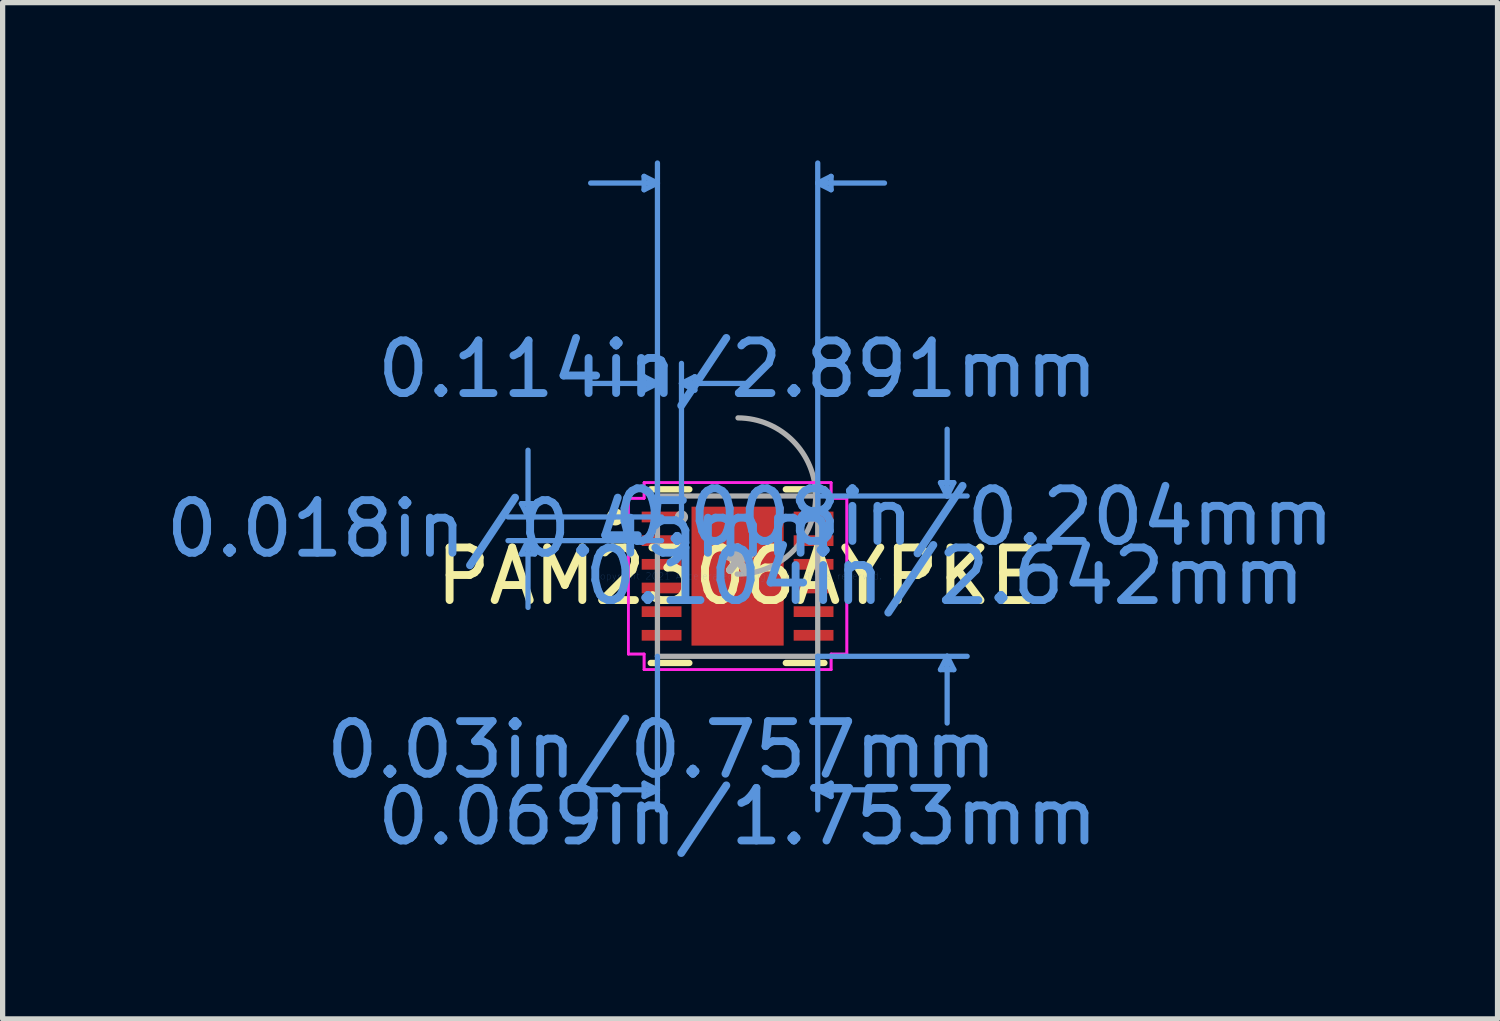
<source format=kicad_pcb>
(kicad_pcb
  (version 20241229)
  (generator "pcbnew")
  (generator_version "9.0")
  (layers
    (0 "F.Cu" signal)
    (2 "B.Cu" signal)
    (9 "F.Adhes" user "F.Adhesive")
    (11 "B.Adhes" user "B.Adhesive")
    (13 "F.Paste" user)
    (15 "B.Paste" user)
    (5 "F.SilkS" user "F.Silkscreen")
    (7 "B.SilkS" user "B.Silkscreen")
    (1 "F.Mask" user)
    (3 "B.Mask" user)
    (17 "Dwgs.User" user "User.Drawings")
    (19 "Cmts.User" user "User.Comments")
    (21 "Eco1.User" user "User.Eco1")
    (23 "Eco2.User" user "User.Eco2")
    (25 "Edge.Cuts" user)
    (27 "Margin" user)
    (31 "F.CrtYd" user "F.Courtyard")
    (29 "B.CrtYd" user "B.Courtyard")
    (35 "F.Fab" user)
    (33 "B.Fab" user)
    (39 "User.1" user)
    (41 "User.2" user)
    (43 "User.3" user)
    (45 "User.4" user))
  (footprint "PAM2306AYPKE"
    (layer "F.Cu")
    (at 10.976 7.906)
    (property "Reference" "PAM2306AYPKE" (at 0 0 0) (layer "F.SilkS") (effects (font (size 1 1) (thickness 0.15))))
    (attr through_hole)
    (fp_line (start -1.651 1.651) (end -0.917 1.651) (stroke (width 0.12) (type solid)) (layer "F.SilkS"))
    (fp_line (start -0.917 -1.651) (end -1.651 -1.651) (stroke (width 0.12) (type solid)) (layer "F.SilkS"))
    (fp_line (start 0.917 1.651) (end 1.651 1.651) (stroke (width 0.12) (type solid)) (layer "F.SilkS"))
    (fp_line (start 1.651 -1.651) (end 0.917 -1.651) (stroke (width 0.12) (type solid)) (layer "F.SilkS"))
    (fp_circle (center -2.325 -1.125) (end -2.223 -1.125) (stroke (width 0.12) (type solid)) (fill no) (layer "F.SilkS"))
    (fp_poly (pts (xy -0.776 -1.221) (xy -0.776 -0.1) (xy 0.776 -0.1) (xy 0.776 -1.221)) (stroke (width 0.1) (type solid)) (fill yes) (layer "F.Paste"))
    (fp_poly (pts (xy -0.776 0.1) (xy -0.776 1.221) (xy 0.776 1.221) (xy 0.776 0.1)) (stroke (width 0.1) (type solid)) (fill yes) (layer "F.Paste"))
    (fp_line (start -4.112 -1.379) (end -3.858 -1.379) (stroke (width 0.1) (type solid)) (layer "Cmts.User"))
    (fp_line (start -4.112 -0.421) (end -3.858 -0.421) (stroke (width 0.1) (type solid)) (layer "Cmts.User"))
    (fp_line (start -3.985 -1.125) (end -4.112 -1.379) (stroke (width 0.1) (type solid)) (layer "Cmts.User"))
    (fp_line (start -3.985 -1.125) (end -3.985 -2.395) (stroke (width 0.1) (type solid)) (layer "Cmts.User"))
    (fp_line (start -3.985 -1.125) (end -3.858 -1.379) (stroke (width 0.1) (type solid)) (layer "Cmts.User"))
    (fp_line (start -3.985 -0.675) (end -4.112 -0.421) (stroke (width 0.1) (type solid)) (layer "Cmts.User"))
    (fp_line (start -3.985 -0.675) (end -3.985 0.595) (stroke (width 0.1) (type solid)) (layer "Cmts.User"))
    (fp_line (start -3.985 -0.675) (end -3.858 -0.421) (stroke (width 0.1) (type solid)) (layer "Cmts.User"))
    (fp_line (start -1.778 -7.602) (end -1.778 -7.348) (stroke (width 0.1) (type solid)) (layer "Cmts.User"))
    (fp_line (start -1.778 -3.792) (end -1.778 -3.538) (stroke (width 0.1) (type solid)) (layer "Cmts.User"))
    (fp_line (start -1.778 3.937) (end -1.778 4.191) (stroke (width 0.1) (type solid)) (layer "Cmts.User"))
    (fp_line (start -1.524 -7.475) (end -2.794 -7.475) (stroke (width 0.1) (type solid)) (layer "Cmts.User"))
    (fp_line (start -1.524 -7.475) (end -1.778 -7.602) (stroke (width 0.1) (type solid)) (layer "Cmts.User"))
    (fp_line (start -1.524 -7.475) (end -1.778 -7.348) (stroke (width 0.1) (type solid)) (layer "Cmts.User"))
    (fp_line (start -1.524 -3.665) (end -2.794 -3.665) (stroke (width 0.1) (type solid)) (layer "Cmts.User"))
    (fp_line (start -1.524 -3.665) (end -1.778 -3.792) (stroke (width 0.1) (type solid)) (layer "Cmts.User"))
    (fp_line (start -1.524 -3.665) (end -1.778 -3.538) (stroke (width 0.1) (type solid)) (layer "Cmts.User"))
    (fp_line (start -1.524 -1.125) (end -1.524 -7.856) (stroke (width 0.1) (type solid)) (layer "Cmts.User"))
    (fp_line (start -1.524 -1.125) (end -1.524 -4.046) (stroke (width 0.1) (type solid)) (layer "Cmts.User"))
    (fp_line (start -1.524 1.524) (end -1.524 4.445) (stroke (width 0.1) (type solid)) (layer "Cmts.User"))
    (fp_line (start -1.524 4.064) (end -2.794 4.064) (stroke (width 0.1) (type solid)) (layer "Cmts.User"))
    (fp_line (start -1.524 4.064) (end -1.778 3.937) (stroke (width 0.1) (type solid)) (layer "Cmts.User"))
    (fp_line (start -1.524 4.064) (end -1.778 4.191) (stroke (width 0.1) (type solid)) (layer "Cmts.User"))
    (fp_line (start -1.445 -1.125) (end -4.366 -1.125) (stroke (width 0.1) (type solid)) (layer "Cmts.User"))
    (fp_line (start -1.445 -0.675) (end -4.366 -0.675) (stroke (width 0.1) (type solid)) (layer "Cmts.User"))
    (fp_line (start -1.067 -3.665) (end -0.813 -3.792) (stroke (width 0.1) (type solid)) (layer "Cmts.User"))
    (fp_line (start -1.067 -3.665) (end -0.813 -3.538) (stroke (width 0.1) (type solid)) (layer "Cmts.User"))
    (fp_line (start -1.067 -3.665) (end 0.203 -3.665) (stroke (width 0.1) (type solid)) (layer "Cmts.User"))
    (fp_line (start -1.067 -1.125) (end -1.067 -4.046) (stroke (width 0.1) (type solid)) (layer "Cmts.User"))
    (fp_line (start -0.813 -3.792) (end -0.813 -3.538) (stroke (width 0.1) (type solid)) (layer "Cmts.User"))
    (fp_line (start 1.524 -7.475) (end 1.778 -7.602) (stroke (width 0.1) (type solid)) (layer "Cmts.User"))
    (fp_line (start 1.524 -7.475) (end 1.778 -7.348) (stroke (width 0.1) (type solid)) (layer "Cmts.User"))
    (fp_line (start 1.524 -7.475) (end 2.794 -7.475) (stroke (width 0.1) (type solid)) (layer "Cmts.User"))
    (fp_line (start 1.524 -1.524) (end 4.366 -1.524) (stroke (width 0.1) (type solid)) (layer "Cmts.User"))
    (fp_line (start 1.524 -1.125) (end 1.524 -7.856) (stroke (width 0.1) (type solid)) (layer "Cmts.User"))
    (fp_line (start 1.524 1.524) (end 1.524 4.445) (stroke (width 0.1) (type solid)) (layer "Cmts.User"))
    (fp_line (start 1.524 1.524) (end 4.366 1.524) (stroke (width 0.1) (type solid)) (layer "Cmts.User"))
    (fp_line (start 1.524 4.064) (end 1.778 3.937) (stroke (width 0.1) (type solid)) (layer "Cmts.User"))
    (fp_line (start 1.524 4.064) (end 1.778 4.191) (stroke (width 0.1) (type solid)) (layer "Cmts.User"))
    (fp_line (start 1.524 4.064) (end 2.794 4.064) (stroke (width 0.1) (type solid)) (layer "Cmts.User"))
    (fp_line (start 1.778 -7.602) (end 1.778 -7.348) (stroke (width 0.1) (type solid)) (layer "Cmts.User"))
    (fp_line (start 1.778 3.937) (end 1.778 4.191) (stroke (width 0.1) (type solid)) (layer "Cmts.User"))
    (fp_line (start 3.858 -1.778) (end 4.112 -1.778) (stroke (width 0.1) (type solid)) (layer "Cmts.User"))
    (fp_line (start 3.858 1.778) (end 4.112 1.778) (stroke (width 0.1) (type solid)) (layer "Cmts.User"))
    (fp_line (start 3.985 -1.524) (end 3.858 -1.778) (stroke (width 0.1) (type solid)) (layer "Cmts.User"))
    (fp_line (start 3.985 -1.524) (end 3.985 -2.794) (stroke (width 0.1) (type solid)) (layer "Cmts.User"))
    (fp_line (start 3.985 -1.524) (end 4.112 -1.778) (stroke (width 0.1) (type solid)) (layer "Cmts.User"))
    (fp_line (start 3.985 1.524) (end 3.858 1.778) (stroke (width 0.1) (type solid)) (layer "Cmts.User"))
    (fp_line (start 3.985 1.524) (end 3.985 2.794) (stroke (width 0.1) (type solid)) (layer "Cmts.User"))
    (fp_line (start 3.985 1.524) (end 4.112 1.778) (stroke (width 0.1) (type solid)) (layer "Cmts.User"))
    (fp_line (start -2.078 -1.481) (end -1.778 -1.481) (stroke (width 0.05) (type solid)) (layer "F.CrtYd"))
    (fp_line (start -2.078 -1.481) (end -1.778 -1.481) (stroke (width 0.05) (type solid)) (layer "F.CrtYd"))
    (fp_line (start -2.078 1.481) (end -2.078 -1.481) (stroke (width 0.05) (type solid)) (layer "F.CrtYd"))
    (fp_line (start -2.078 1.481) (end -2.078 -1.481) (stroke (width 0.05) (type solid)) (layer "F.CrtYd"))
    (fp_line (start -2.078 1.481) (end -1.778 1.481) (stroke (width 0.05) (type solid)) (layer "F.CrtYd"))
    (fp_line (start -1.778 -1.778) (end 1.778 -1.778) (stroke (width 0.05) (type solid)) (layer "F.CrtYd"))
    (fp_line (start -1.778 -1.778) (end 1.778 -1.778) (stroke (width 0.05) (type solid)) (layer "F.CrtYd"))
    (fp_line (start -1.778 -1.481) (end -1.778 -1.778) (stroke (width 0.05) (type solid)) (layer "F.CrtYd"))
    (fp_line (start -1.778 -1.481) (end -1.778 -1.778) (stroke (width 0.05) (type solid)) (layer "F.CrtYd"))
    (fp_line (start -1.778 1.481) (end -2.078 1.481) (stroke (width 0.05) (type solid)) (layer "F.CrtYd"))
    (fp_line (start -1.778 1.778) (end -1.778 1.481) (stroke (width 0.05) (type solid)) (layer "F.CrtYd"))
    (fp_line (start -1.778 1.778) (end -1.778 1.481) (stroke (width 0.05) (type solid)) (layer "F.CrtYd"))
    (fp_line (start 1.778 -1.778) (end 1.778 -1.481) (stroke (width 0.05) (type solid)) (layer "F.CrtYd"))
    (fp_line (start 1.778 -1.778) (end 1.778 -1.481) (stroke (width 0.05) (type solid)) (layer "F.CrtYd"))
    (fp_line (start 1.778 -1.481) (end 2.078 -1.481) (stroke (width 0.05) (type solid)) (layer "F.CrtYd"))
    (fp_line (start 1.778 1.481) (end 1.778 1.778) (stroke (width 0.05) (type solid)) (layer "F.CrtYd"))
    (fp_line (start 1.778 1.481) (end 1.778 1.778) (stroke (width 0.05) (type solid)) (layer "F.CrtYd"))
    (fp_line (start 1.778 1.778) (end -1.778 1.778) (stroke (width 0.05) (type solid)) (layer "F.CrtYd"))
    (fp_line (start 1.778 1.778) (end -1.778 1.778) (stroke (width 0.05) (type solid)) (layer "F.CrtYd"))
    (fp_line (start 2.078 -1.481) (end 1.778 -1.481) (stroke (width 0.05) (type solid)) (layer "F.CrtYd"))
    (fp_line (start 2.078 -1.481) (end 2.078 1.481) (stroke (width 0.05) (type solid)) (layer "F.CrtYd"))
    (fp_line (start 2.078 -1.481) (end 2.078 1.481) (stroke (width 0.05) (type solid)) (layer "F.CrtYd"))
    (fp_line (start 2.078 1.481) (end 1.778 1.481) (stroke (width 0.05) (type solid)) (layer "F.CrtYd"))
    (fp_line (start 2.078 1.481) (end 1.778 1.481) (stroke (width 0.05) (type solid)) (layer "F.CrtYd"))
    (fp_line (start -1.524 -1.524) (end -1.524 1.524) (stroke (width 0.1) (type solid)) (layer "F.Fab"))
    (fp_line (start -1.524 1.524) (end 1.524 1.524) (stroke (width 0.1) (type solid)) (layer "F.Fab"))
    (fp_line (start 1.524 -1.524) (end -1.524 -1.524) (stroke (width 0.1) (type solid)) (layer "F.Fab"))
    (fp_line (start 1.524 1.524) (end 1.524 -1.524) (stroke (width 0.1) (type solid)) (layer "F.Fab"))
    (fp_arc (start 0.007742 -3.00929) (mid 1.48529 -1.516258) (end -0.007742 -0.03871) (stroke (width 0.1) (type solid)) (layer "F.Fab"))
    (fp_circle (center -1.067 -1.125) (end -0.991 -1.125) (stroke (width 0.1) (type solid)) (fill no) (layer "F.Fab"))
    (fp_text user "*" (at 0 0 0) (layer "F.SilkS") (effects (font (size 1 1) (thickness 0.15))))
    (fp_text user "0.03in/0.757mm" (at -1.445 3.302 0) (layer "Cmts.User") (effects (font (size 1 1) (thickness 0.15))))
    (fp_text user "0.104in/2.642mm" (at 3.937 0 0) (layer "Cmts.User") (effects (font (size 1 1) (thickness 0.15))))
    (fp_text user "0.069in/1.753mm" (at 0 4.572 0) (layer "Cmts.User") (effects (font (size 1 1) (thickness 0.15))))
    (fp_text user "0.008in/0.204mm" (at 4.493 -1.125 0) (layer "Cmts.User") (effects (font (size 1 1) (thickness 0.15))))
    (fp_text user "Copyright 2021 Accelerated Designs. All rights reserved." (at 0 0 0) (layer "Cmts.User") (effects (font (size 0.127 0.127) (thickness 0.002))))
    (fp_text user "0.114in/2.891mm" (at 0 -3.937 0) (layer "Cmts.User") (effects (font (size 1 1) (thickness 0.15))))
    (fp_text user "0.018in/0.45mm" (at -4.493 -0.9 0) (layer "Cmts.User") (effects (font (size 1 1) (thickness 0.15))))
    (fp_text user "*" (at 0 0 0) (layer "F.Fab") (effects (font (size 1 1) (thickness 0.15))))
    (pad "1" smd rect (at -1.445 -1.125) (size 0.757 0.204) (layers "F.Cu" "F.Mask" "F.Paste"))
    (pad "2" smd rect (at -1.445 -0.675) (size 0.757 0.204) (layers "F.Cu" "F.Mask" "F.Paste"))
    (pad "3" smd rect (at -1.445 -0.225) (size 0.757 0.204) (layers "F.Cu" "F.Mask" "F.Paste"))
    (pad "4" smd rect (at -1.445 0.225) (size 0.757 0.204) (layers "F.Cu" "F.Mask" "F.Paste"))
    (pad "5" smd rect (at -1.445 0.675) (size 0.757 0.204) (layers "F.Cu" "F.Mask" "F.Paste"))
    (pad "6" smd rect (at -1.445 1.125) (size 0.757 0.204) (layers "F.Cu" "F.Mask" "F.Paste"))
    (pad "7" smd rect (at 1.445 1.125) (size 0.757 0.204) (layers "F.Cu" "F.Mask" "F.Paste"))
    (pad "8" smd rect (at 1.445 0.675) (size 0.757 0.204) (layers "F.Cu" "F.Mask" "F.Paste"))
    (pad "9" smd rect (at 1.445 0.225) (size 0.757 0.204) (layers "F.Cu" "F.Mask" "F.Paste"))
    (pad "10" smd rect (at 1.445 -0.225) (size 0.757 0.204) (layers "F.Cu" "F.Mask" "F.Paste"))
    (pad "11" smd rect (at 1.445 -0.675) (size 0.757 0.204) (layers "F.Cu" "F.Mask" "F.Paste"))
    (pad "12" smd rect (at 1.445 -1.125) (size 0.757 0.204) (layers "F.Cu" "F.Mask" "F.Paste"))
    (pad "13" smd rect (at 0 0) (size 1.753 2.642) (layers "F.Cu" "F.Mask" "F.Paste")))
  (gr_rect
    (start -3 -3)
    (end 25.427 16.326)
    (stroke (width 0.1) (type default))
    (fill no)
    (layer "Edge.Cuts")))
</source>
